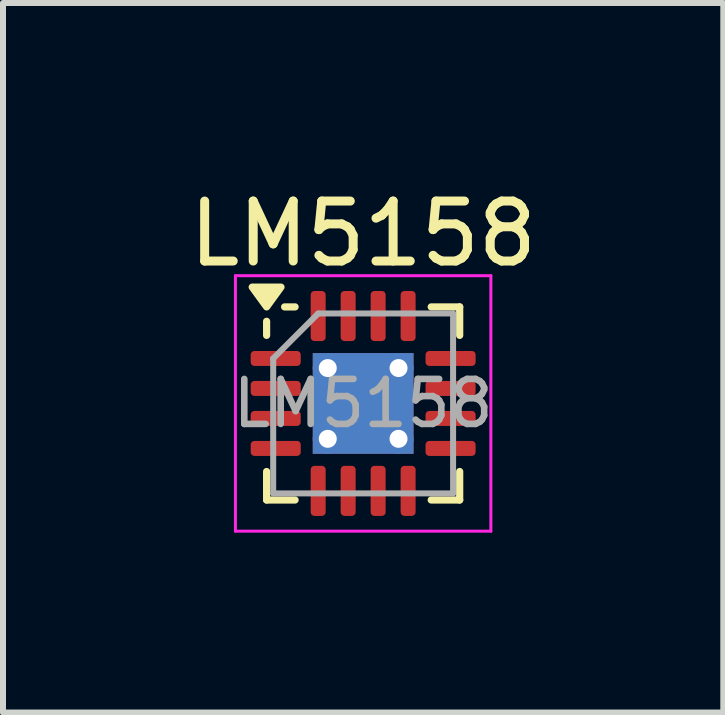
<source format=kicad_pcb>
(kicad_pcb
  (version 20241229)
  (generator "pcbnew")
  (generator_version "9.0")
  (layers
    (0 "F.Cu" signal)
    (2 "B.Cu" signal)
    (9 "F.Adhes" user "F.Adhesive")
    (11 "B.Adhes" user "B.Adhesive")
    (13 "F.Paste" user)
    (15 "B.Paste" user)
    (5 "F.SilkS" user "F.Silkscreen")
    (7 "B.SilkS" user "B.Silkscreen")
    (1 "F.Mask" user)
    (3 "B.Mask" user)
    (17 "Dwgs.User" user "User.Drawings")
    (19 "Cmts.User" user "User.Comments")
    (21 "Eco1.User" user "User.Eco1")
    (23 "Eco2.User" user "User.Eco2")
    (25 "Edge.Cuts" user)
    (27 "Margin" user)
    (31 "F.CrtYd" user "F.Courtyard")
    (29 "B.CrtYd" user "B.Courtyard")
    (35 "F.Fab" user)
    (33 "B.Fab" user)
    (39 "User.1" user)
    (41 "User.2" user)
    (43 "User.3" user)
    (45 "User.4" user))
  (footprint "LM5158"
    (layer "F.Cu")
    (at 3.006 3.678)
    (property "Reference" "LM5158" (at 0 -2.83 0) (layer "F.SilkS") (effects (font (size 1 1) (thickness 0.15))))
    (attr smd)
    (fp_line (start -1.61 -1.135) (end -1.61 -1.37) (stroke (width 0.12) (type solid)) (layer "F.SilkS"))
    (fp_line (start -1.61 1.61) (end -1.61 1.135) (stroke (width 0.12) (type solid)) (layer "F.SilkS"))
    (fp_line (start -1.135 -1.61) (end -1.31 -1.61) (stroke (width 0.12) (type solid)) (layer "F.SilkS"))
    (fp_line (start -1.135 1.61) (end -1.61 1.61) (stroke (width 0.12) (type solid)) (layer "F.SilkS"))
    (fp_line (start 1.135 -1.61) (end 1.61 -1.61) (stroke (width 0.12) (type solid)) (layer "F.SilkS"))
    (fp_line (start 1.135 1.61) (end 1.61 1.61) (stroke (width 0.12) (type solid)) (layer "F.SilkS"))
    (fp_line (start 1.61 -1.61) (end 1.61 -1.135) (stroke (width 0.12) (type solid)) (layer "F.SilkS"))
    (fp_line (start 1.61 1.61) (end 1.61 1.135) (stroke (width 0.12) (type solid)) (layer "F.SilkS"))
    (fp_poly (pts (xy -1.61 -1.61) (xy -1.85 -1.94) (xy -1.37 -1.94) (xy -1.61 -1.61)) (stroke (width 0.12) (type solid)) (fill yes) (layer "F.SilkS"))
    (fp_line (start -2.13 -2.13) (end -2.13 2.13) (stroke (width 0.05) (type solid)) (layer "F.CrtYd"))
    (fp_line (start -2.13 2.13) (end 2.13 2.13) (stroke (width 0.05) (type solid)) (layer "F.CrtYd"))
    (fp_line (start 2.13 -2.13) (end -2.13 -2.13) (stroke (width 0.05) (type solid)) (layer "F.CrtYd"))
    (fp_line (start 2.13 2.13) (end 2.13 -2.13) (stroke (width 0.05) (type solid)) (layer "F.CrtYd"))
    (fp_line (start -1.5 -0.75) (end -0.75 -1.5) (stroke (width 0.1) (type solid)) (layer "F.Fab"))
    (fp_line (start -1.5 1.5) (end -1.5 -0.75) (stroke (width 0.1) (type solid)) (layer "F.Fab"))
    (fp_line (start -0.75 -1.5) (end 1.5 -1.5) (stroke (width 0.1) (type solid)) (layer "F.Fab"))
    (fp_line (start 1.5 -1.5) (end 1.5 1.5) (stroke (width 0.1) (type solid)) (layer "F.Fab"))
    (fp_line (start 1.5 1.5) (end -1.5 1.5) (stroke (width 0.1) (type solid)) (layer "F.Fab"))
    (fp_text user "${REFERENCE}" (at 0 0 0) (layer "F.Fab") (effects (font (size 0.75 0.75) (thickness 0.11))))
    (pad "" smd roundrect (at -0.42 -0.42) (size 0.73 0.73) (layers "F.Paste") (roundrect_rratio 0.25))
    (pad "" smd roundrect (at -0.42 0.42) (size 0.73 0.73) (layers "F.Paste") (roundrect_rratio 0.25))
    (pad "" smd roundrect (at 0.42 -0.42) (size 0.73 0.73) (layers "F.Paste") (roundrect_rratio 0.25))
    (pad "" smd roundrect (at 0.42 0.42) (size 0.73 0.73) (layers "F.Paste") (roundrect_rratio 0.25))
    (pad "1" smd roundrect (at -1.458 -0.75) (size 0.835 0.25) (layers "F.Cu" "F.Mask" "F.Paste") (roundrect_rratio 0.25))
    (pad "2" smd roundrect (at -1.458 -0.25) (size 0.835 0.25) (layers "F.Cu" "F.Mask" "F.Paste") (roundrect_rratio 0.25))
    (pad "3" smd roundrect (at -1.458 0.25) (size 0.835 0.25) (layers "F.Cu" "F.Mask" "F.Paste") (roundrect_rratio 0.25))
    (pad "4" smd roundrect (at -1.458 0.75) (size 0.835 0.25) (layers "F.Cu" "F.Mask" "F.Paste") (roundrect_rratio 0.25))
    (pad "5" smd roundrect (at -0.75 1.458) (size 0.25 0.835) (layers "F.Cu" "F.Mask" "F.Paste") (roundrect_rratio 0.25))
    (pad "6" smd roundrect (at -0.25 1.458) (size 0.25 0.835) (layers "F.Cu" "F.Mask" "F.Paste") (roundrect_rratio 0.25))
    (pad "7" smd roundrect (at 0.25 1.458) (size 0.25 0.835) (layers "F.Cu" "F.Mask" "F.Paste") (roundrect_rratio 0.25))
    (pad "8" smd roundrect (at 0.75 1.458) (size 0.25 0.835) (layers "F.Cu" "F.Mask" "F.Paste") (roundrect_rratio 0.25))
    (pad "9" smd roundrect (at 1.458 0.75) (size 0.835 0.25) (layers "F.Cu" "F.Mask" "F.Paste") (roundrect_rratio 0.25))
    (pad "10" smd roundrect (at 1.458 0.25) (size 0.835 0.25) (layers "F.Cu" "F.Mask" "F.Paste") (roundrect_rratio 0.25))
    (pad "11" smd roundrect (at 1.458 -0.25) (size 0.835 0.25) (layers "F.Cu" "F.Mask" "F.Paste") (roundrect_rratio 0.25))
    (pad "12" smd roundrect (at 1.458 -0.75) (size 0.835 0.25) (layers "F.Cu" "F.Mask" "F.Paste") (roundrect_rratio 0.25))
    (pad "13" smd roundrect (at 0.75 -1.458) (size 0.25 0.835) (layers "F.Cu" "F.Mask" "F.Paste") (roundrect_rratio 0.25))
    (pad "14" smd roundrect (at 0.25 -1.458) (size 0.25 0.835) (layers "F.Cu" "F.Mask" "F.Paste") (roundrect_rratio 0.25))
    (pad "15" smd roundrect (at -0.25 -1.458) (size 0.25 0.835) (layers "F.Cu" "F.Mask" "F.Paste") (roundrect_rratio 0.25))
    (pad "16" smd roundrect (at -0.75 -1.458) (size 0.25 0.835) (layers "F.Cu" "F.Mask" "F.Paste") (roundrect_rratio 0.25))
    (pad "17" thru_hole circle (at -0.59 -0.59) (size 0.5 0.5) (drill 0.3) (property pad_prop_heatsink) (layers "*.Cu"))
    (pad "17" thru_hole circle (at -0.59 0.59) (size 0.5 0.5) (drill 0.3) (property pad_prop_heatsink) (layers "*.Cu"))
    (pad "17" smd rect (at 0 0) (size 1.68 1.68) (property pad_prop_heatsink) (layers "F.Cu" "F.Mask"))
    (pad "17" smd rect (at 0 0) (size 1.68 1.68) (property pad_prop_heatsink) (layers "B.Cu"))
    (pad "17" thru_hole circle (at 0.59 -0.59) (size 0.5 0.5) (drill 0.3) (property pad_prop_heatsink) (layers "*.Cu"))
    (pad "17" thru_hole circle (at 0.59 0.59) (size 0.5 0.5) (drill 0.3) (property pad_prop_heatsink) (layers "*.Cu")))
  (gr_rect
    (start -3 -3)
    (end 9.012 8.833)
    (stroke (width 0.1) (type default))
    (fill no)
    (layer "Edge.Cuts")))
</source>
